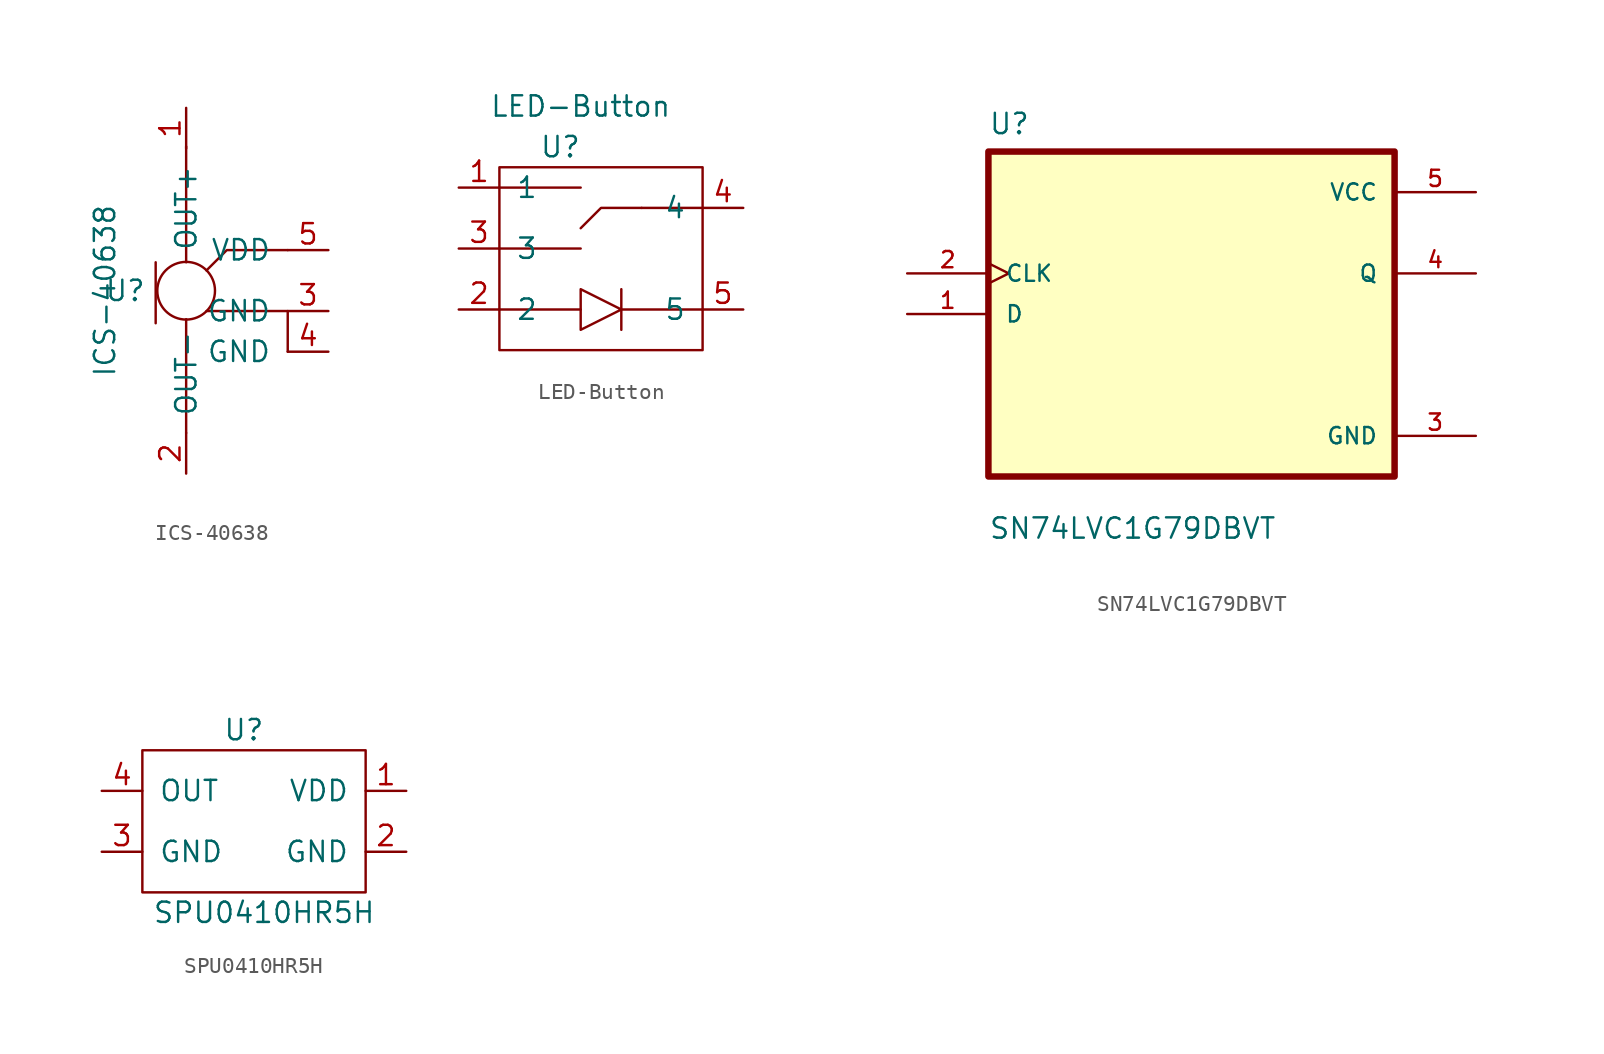
<source format=kicad_sym>
(kicad_symbol_lib
  (version 20211014)
  (generator kicad_symbol_editor)
  (symbol "ICS-40638"
    (pin_names
      (offset 1.016))
    (property "Reference" "U"
      (at -3.81 -3.81 0)
      (effects (font (size 1.27 1.27))))
    (property "Value" "ICS-40638"
      (at -5.08 -3.81 90)
      (effects (font (size 1.27 1.27))))
    (symbol "ICS-40638_0_1"
      (circle (center 0 -3.81) (radius 1.803) (stroke (width 0) (type default) (color 0 0 0 0)) (fill (type none)))
      (polyline (pts (xy 0 -12.7) (xy 0 -5.588)) (stroke (width 0) (type default) (color 0 0 0 0)) (fill (type none)))
      (polyline (pts (xy 0 5.207) (xy 0 -2.032)) (stroke (width 0) (type default) (color 0 0 0 0)) (fill (type none)))
      (polyline (pts (xy -1.905 -2.032) (xy -1.905 -4.572) (xy -1.905 -5.842)) (stroke (width 0) (type default) (color 0 0 0 0)) (fill (type none)))
      (polyline (pts (xy 6.35 -7.62) (xy 6.35 -5.08) (xy 1.27 -5.08)) (stroke (width 0) (type default) (color 0 0 0 0)) (fill (type none)))
      (polyline (pts (xy 6.35 -1.27) (xy 3.81 -1.27) (xy 2.54 -1.27) (xy 1.27 -2.54)) (stroke (width 0) (type default) (color 0 0 0 0)) (fill (type none))))
    (symbol "ICS-40638_1_1"
      (pin input line (at 0 7.62 270) (length 2.54) (name "OUT+" (effects (font (size 1.27 1.27)))) (number "1" (effects (font (size 1.27 1.27)))))
      (pin input line (at 0 -15.24 90) (length 2.54) (name "OUT-" (effects (font (size 1.27 1.27)))) (number "2" (effects (font (size 1.27 1.27)))))
      (pin input line (at 8.89 -5.08 180) (length 2.54) (name "GND" (effects (font (size 1.27 1.27)))) (number "3" (effects (font (size 1.27 1.27)))))
      (pin input line (at 8.89 -7.62 180) (length 2.54) (name "GND" (effects (font (size 1.27 1.27)))) (number "4" (effects (font (size 1.27 1.27)))))
      (pin input line (at 8.89 -1.27 180) (length 2.54) (name "VDD" (effects (font (size 1.27 1.27)))) (number "5" (effects (font (size 1.27 1.27)))))))
  (symbol "LED-Button"
    (pin_names
      (offset 1.016))
    (property "Reference" "U"
      (at 0 0 0)
      (effects (font (size 1.27 1.27))))
    (property "Value" "LED-Button"
      (at 1.27 2.54 0)
      (effects (font (size 1.27 1.27))))
    (symbol "LED-Button_0_1"
      (rectangle (start -3.81 -12.7) (end 8.89 -1.27) (stroke (width 0) (type default) (color 0 0 0 0)) (fill (type none)))
      (polyline (pts (xy -3.81 -6.35) (xy 1.27 -6.35)) (stroke (width 0) (type default) (color 0 0 0 0)) (fill (type none)))
      (polyline (pts (xy -3.81 -2.54) (xy 1.27 -2.54)) (stroke (width 0) (type default) (color 0 0 0 0)) (fill (type none)))
      (polyline (pts (xy 1.27 -10.16) (xy -3.81 -10.16)) (stroke (width 0) (type default) (color 0 0 0 0)) (fill (type none)))
      (polyline (pts (xy 3.81 -10.16) (xy 8.89 -10.16)) (stroke (width 0) (type default) (color 0 0 0 0)) (fill (type none)))
      (polyline (pts (xy 3.81 -8.89) (xy 3.81 -11.43)) (stroke (width 0) (type default) (color 0 0 0 0)) (fill (type none)))
      (polyline (pts (xy 8.89 -3.81) (xy 5.08 -3.81)) (stroke (width 0) (type default) (color 0 0 0 0)) (fill (type none)))
      (polyline (pts (xy 5.08 -3.81) (xy 2.54 -3.81) (xy 1.27 -5.08)) (stroke (width 0) (type default) (color 0 0 0 0)) (fill (type none)))
      (polyline (pts (xy 1.27 -8.89) (xy 1.27 -11.43) (xy 3.81 -10.16) (xy 1.27 -8.89)) (stroke (width 0) (type default) (color 0 0 0 0)) (fill (type none))))
    (symbol "LED-Button_1_1"
      (pin input line (at -6.35 -2.54 0) (length 2.54) (name "1" (effects (font (size 1.27 1.27)))) (number "1" (effects (font (size 1.27 1.27)))))
      (pin input line (at -6.35 -10.16 0) (length 2.54) (name "2" (effects (font (size 1.27 1.27)))) (number "2" (effects (font (size 1.27 1.27)))))
      (pin input line (at -6.35 -6.35 0) (length 2.54) (name "3" (effects (font (size 1.27 1.27)))) (number "3" (effects (font (size 1.27 1.27)))))
      (pin input line (at 11.43 -3.81 180) (length 2.54) (name "4" (effects (font (size 1.27 1.27)))) (number "4" (effects (font (size 1.27 1.27)))))
      (pin input line (at 11.43 -10.16 180) (length 2.54) (name "5" (effects (font (size 1.27 1.27)))) (number "5" (effects (font (size 1.27 1.27)))))))
  (symbol "SN74LVC1G79DBVT"
    (pin_names
      (offset 1.016))
    (property "Reference" "U"
      (at -12.7 11.151 0)
      (effects (font (size 1.27 1.27)) (justify left bottom)))
    (property "Value" "SN74LVC1G79DBVT"
      (at -12.7 -14.148 0)
      (effects (font (size 1.27 1.27)) (justify left bottom)))
    (property "ki_locked" ""
      (at 0 0 0)
      (effects (font (size 1.27 1.27))))
    (symbol "SN74LVC1G79DBVT_0_0"
      (rectangle (start -12.7 -10.16) (end 12.7 10.16) (stroke (width 0.406) (type default) (color 0 0 0 0)) (fill (type background)))
      (pin input line (at -17.78 0 0) (length 5.08) (name "D" (effects (font (size 1.016 1.016)))) (number "1" (effects (font (size 1.016 1.016)))))
      (pin input clock (at -17.78 2.54 0) (length 5.08) (name "CLK" (effects (font (size 1.016 1.016)))) (number "2" (effects (font (size 1.016 1.016)))))
      (pin power_in line (at 17.78 -7.62 180) (length 5.08) (name "GND" (effects (font (size 1.016 1.016)))) (number "3" (effects (font (size 1.016 1.016)))))
      (pin output line (at 17.78 2.54 180) (length 5.08) (name "Q" (effects (font (size 1.016 1.016)))) (number "4" (effects (font (size 1.016 1.016)))))
      (pin power_in line (at 17.78 7.62 180) (length 5.08) (name "VCC" (effects (font (size 1.016 1.016)))) (number "5" (effects (font (size 1.016 1.016)))))))
  (symbol "SPU0410HR5H"
    (pin_names
      (offset 1.016))
    (property "Reference" "U"
      (at 0 1.27 0)
      (effects (font (size 1.27 1.27))))
    (property "Value" "SPU0410HR5H"
      (at 1.27 -10.16 0)
      (effects (font (size 1.27 1.27))))
    (symbol "SPU0410HR5H_0_1"
      (rectangle (start -6.35 -8.89) (end 7.62 0) (stroke (width 0) (type default) (color 0 0 0 0)) (fill (type none))))
    (symbol "SPU0410HR5H_1_1"
      (pin input line (at 10.16 -2.54 180) (length 2.54) (name "VDD" (effects (font (size 1.27 1.27)))) (number "1" (effects (font (size 1.27 1.27)))))
      (pin input line (at 10.16 -6.35 180) (length 2.54) (name "GND" (effects (font (size 1.27 1.27)))) (number "2" (effects (font (size 1.27 1.27)))))
      (pin input line (at -8.89 -6.35 0) (length 2.54) (name "GND" (effects (font (size 1.27 1.27)))) (number "3" (effects (font (size 1.27 1.27)))))
      (pin input line (at -8.89 -2.54 0) (length 2.54) (name "OUT" (effects (font (size 1.27 1.27)))) (number "4" (effects (font (size 1.27 1.27))))))))
</source>
